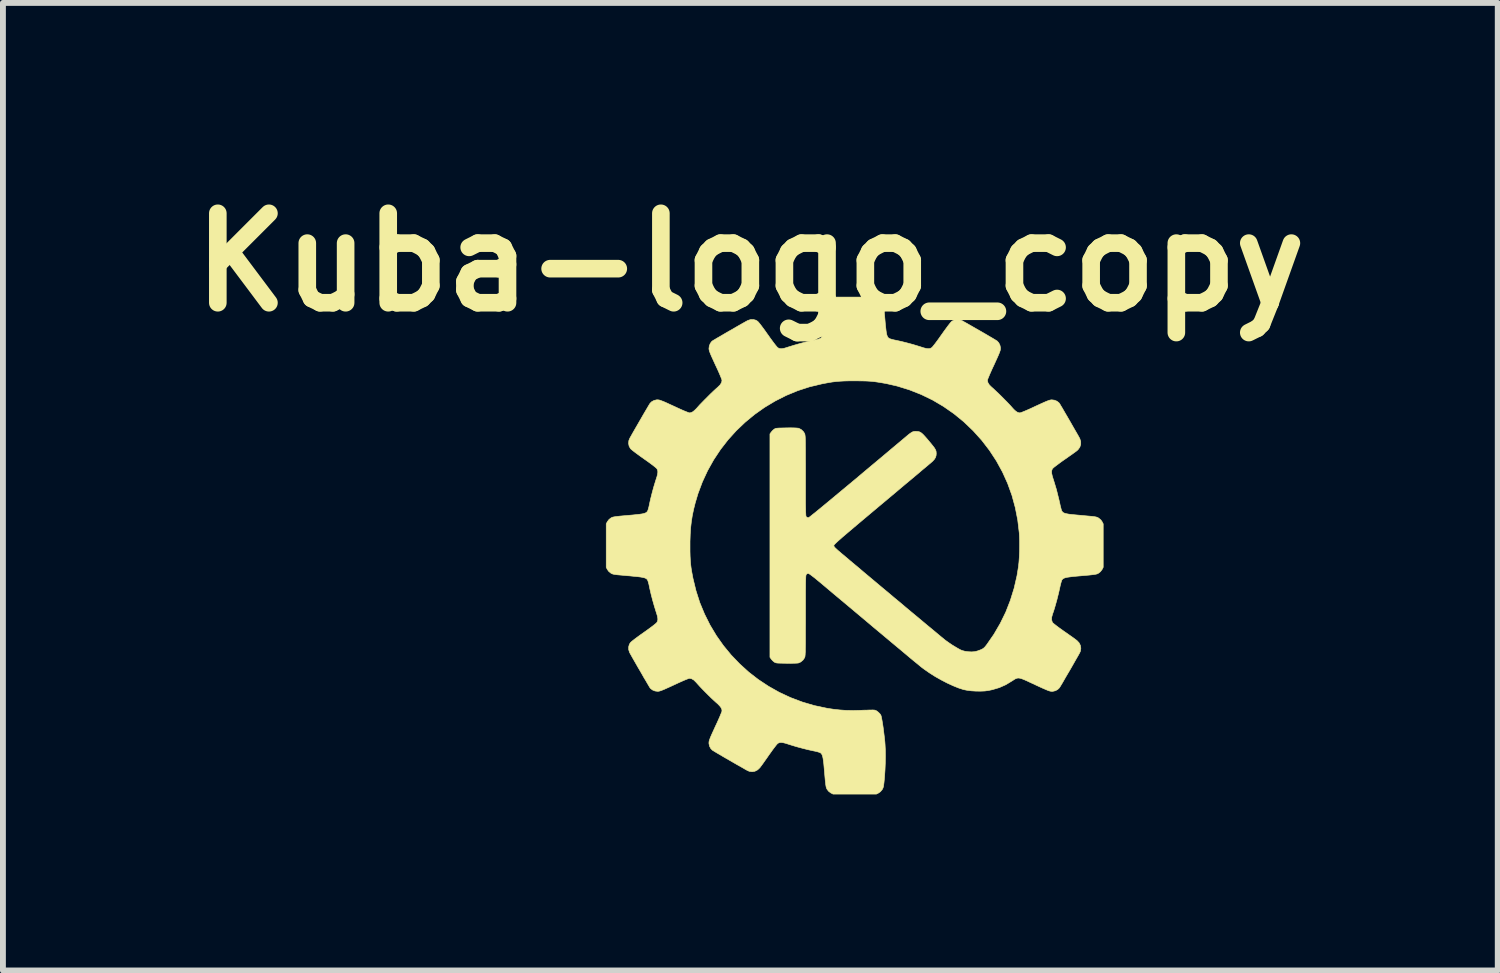
<source format=kicad_pcb>
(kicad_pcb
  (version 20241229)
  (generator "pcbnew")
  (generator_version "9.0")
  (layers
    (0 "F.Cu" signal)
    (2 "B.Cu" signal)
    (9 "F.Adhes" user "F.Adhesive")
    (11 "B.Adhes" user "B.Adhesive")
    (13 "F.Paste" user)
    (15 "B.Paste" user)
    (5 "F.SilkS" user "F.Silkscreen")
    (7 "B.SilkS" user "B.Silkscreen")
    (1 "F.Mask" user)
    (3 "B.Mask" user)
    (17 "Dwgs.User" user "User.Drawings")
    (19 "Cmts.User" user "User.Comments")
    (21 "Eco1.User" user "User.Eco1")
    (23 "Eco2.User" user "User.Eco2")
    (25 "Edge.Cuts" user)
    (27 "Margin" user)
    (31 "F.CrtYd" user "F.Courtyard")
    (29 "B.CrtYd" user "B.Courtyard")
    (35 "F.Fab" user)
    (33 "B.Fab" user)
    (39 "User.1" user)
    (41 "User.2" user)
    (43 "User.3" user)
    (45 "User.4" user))
  (footprint "Kuba-logo_copy"
    (layer "F.Cu")
    (at 11.51 6.244)
    (property "Reference" "Kuba-logo_copy" (at -1.778 -4.826 0) (layer "F.SilkS") (effects (font (size 1.524 1.524) (thickness 0.3))))
    (attr through_hole)
    (fp_poly (pts (xy 0.407 -4.214) (xy 0.445 -4.185) (xy 0.468 -4.156) (xy 0.475 -4.144) (xy 0.481 -4.133) (xy 0.485 -4.119) (xy 0.489 -4.101) (xy 0.493 -4.076) (xy 0.497 -4.043) (xy 0.502 -4) (xy 0.507 -3.944) (xy 0.513 -3.874) (xy 0.514 -3.864) (xy 0.521 -3.783) (xy 0.528 -3.716) (xy 0.534 -3.663) (xy 0.54 -3.621) (xy 0.547 -3.59) (xy 0.555 -3.567) (xy 0.564 -3.55) (xy 0.575 -3.538) (xy 0.587 -3.529) (xy 0.591 -3.527) (xy 0.61 -3.52) (xy 0.64 -3.511) (xy 0.678 -3.502) (xy 0.704 -3.497) (xy 0.795 -3.477) (xy 0.894 -3.452) (xy 0.994 -3.425) (xy 1.086 -3.397) (xy 1.118 -3.387) (xy 1.174 -3.369) (xy 1.218 -3.358) (xy 1.251 -3.354) (xy 1.278 -3.356) (xy 1.301 -3.365) (xy 1.312 -3.372) (xy 1.324 -3.384) (xy 1.343 -3.407) (xy 1.37 -3.441) (xy 1.402 -3.484) (xy 1.437 -3.532) (xy 1.474 -3.585) (xy 1.48 -3.593) (xy 1.518 -3.647) (xy 1.554 -3.696) (xy 1.587 -3.741) (xy 1.615 -3.777) (xy 1.638 -3.805) (xy 1.652 -3.82) (xy 1.654 -3.821) (xy 1.693 -3.843) (xy 1.74 -3.852) (xy 1.787 -3.848) (xy 1.821 -3.835) (xy 1.839 -3.826) (xy 1.868 -3.809) (xy 1.908 -3.787) (xy 1.955 -3.76) (xy 2.009 -3.729) (xy 2.066 -3.696) (xy 2.126 -3.662) (xy 2.185 -3.628) (xy 2.242 -3.595) (xy 2.294 -3.564) (xy 2.341 -3.537) (xy 2.379 -3.514) (xy 2.407 -3.497) (xy 2.422 -3.487) (xy 2.424 -3.487) (xy 2.452 -3.457) (xy 2.473 -3.417) (xy 2.483 -3.372) (xy 2.483 -3.357) (xy 2.482 -3.343) (xy 2.479 -3.326) (xy 2.472 -3.305) (xy 2.462 -3.278) (xy 2.447 -3.242) (xy 2.427 -3.197) (xy 2.401 -3.14) (xy 2.372 -3.076) (xy 2.344 -3.017) (xy 2.319 -2.961) (xy 2.297 -2.911) (xy 2.28 -2.869) (xy 2.267 -2.838) (xy 2.261 -2.819) (xy 2.261 -2.815) (xy 2.269 -2.776) (xy 2.294 -2.736) (xy 2.331 -2.7) (xy 2.363 -2.672) (xy 2.403 -2.634) (xy 2.45 -2.59) (xy 2.499 -2.542) (xy 2.548 -2.492) (xy 2.595 -2.445) (xy 2.636 -2.402) (xy 2.669 -2.366) (xy 2.672 -2.362) (xy 2.711 -2.319) (xy 2.744 -2.289) (xy 2.772 -2.271) (xy 2.799 -2.262) (xy 2.815 -2.261) (xy 2.828 -2.264) (xy 2.855 -2.274) (xy 2.892 -2.289) (xy 2.939 -2.309) (xy 2.993 -2.333) (xy 3.051 -2.36) (xy 3.076 -2.372) (xy 3.146 -2.404) (xy 3.201 -2.429) (xy 3.246 -2.449) (xy 3.28 -2.463) (xy 3.307 -2.473) (xy 3.328 -2.479) (xy 3.344 -2.482) (xy 3.357 -2.483) (xy 3.402 -2.477) (xy 3.444 -2.46) (xy 3.478 -2.434) (xy 3.486 -2.424) (xy 3.495 -2.411) (xy 3.51 -2.385) (xy 3.532 -2.349) (xy 3.558 -2.304) (xy 3.588 -2.252) (xy 3.621 -2.196) (xy 3.655 -2.137) (xy 3.689 -2.078) (xy 3.722 -2.02) (xy 3.753 -1.966) (xy 3.781 -1.918) (xy 3.805 -1.876) (xy 3.822 -1.845) (xy 3.833 -1.825) (xy 3.834 -1.823) (xy 3.85 -1.774) (xy 3.85 -1.725) (xy 3.835 -1.677) (xy 3.804 -1.634) (xy 3.783 -1.615) (xy 3.766 -1.602) (xy 3.737 -1.581) (xy 3.7 -1.554) (xy 3.655 -1.523) (xy 3.606 -1.488) (xy 3.565 -1.46) (xy 3.51 -1.421) (xy 3.462 -1.385) (xy 3.422 -1.355) (xy 3.391 -1.331) (xy 3.373 -1.314) (xy 3.368 -1.308) (xy 3.358 -1.286) (xy 3.354 -1.26) (xy 3.356 -1.228) (xy 3.365 -1.187) (xy 3.381 -1.134) (xy 3.386 -1.12) (xy 3.436 -0.955) (xy 3.479 -0.782) (xy 3.493 -0.721) (xy 3.502 -0.678) (xy 3.512 -0.64) (xy 3.52 -0.609) (xy 3.527 -0.591) (xy 3.527 -0.591) (xy 3.536 -0.578) (xy 3.547 -0.566) (xy 3.562 -0.557) (xy 3.583 -0.549) (xy 3.612 -0.542) (xy 3.651 -0.535) (xy 3.701 -0.529) (xy 3.764 -0.523) (xy 3.842 -0.516) (xy 3.864 -0.514) (xy 3.937 -0.507) (xy 3.994 -0.502) (xy 4.039 -0.498) (xy 4.073 -0.494) (xy 4.098 -0.49) (xy 4.117 -0.486) (xy 4.131 -0.481) (xy 4.143 -0.476) (xy 4.154 -0.469) (xy 4.156 -0.468) (xy 4.193 -0.437) (xy 4.214 -0.407) (xy 4.233 -0.37) (xy 4.233 0.37) (xy 4.214 0.407) (xy 4.185 0.445) (xy 4.156 0.468) (xy 4.144 0.475) (xy 4.133 0.481) (xy 4.119 0.485) (xy 4.101 0.489) (xy 4.076 0.493) (xy 4.043 0.497) (xy 4 0.502) (xy 3.944 0.507) (xy 3.874 0.513) (xy 3.864 0.514) (xy 3.783 0.521) (xy 3.716 0.527) (xy 3.663 0.534) (xy 3.621 0.54) (xy 3.59 0.547) (xy 3.567 0.555) (xy 3.55 0.564) (xy 3.538 0.575) (xy 3.529 0.587) (xy 3.527 0.591) (xy 3.521 0.609) (xy 3.512 0.639) (xy 3.502 0.678) (xy 3.492 0.723) (xy 3.488 0.742) (xy 3.475 0.8) (xy 3.459 0.864) (xy 3.442 0.932) (xy 3.423 0.999) (xy 3.405 1.062) (xy 3.388 1.116) (xy 3.373 1.159) (xy 3.37 1.168) (xy 3.356 1.218) (xy 3.354 1.264) (xy 3.365 1.302) (xy 3.368 1.308) (xy 3.38 1.321) (xy 3.404 1.341) (xy 3.44 1.369) (xy 3.484 1.402) (xy 3.536 1.439) (xy 3.565 1.46) (xy 3.616 1.495) (xy 3.665 1.53) (xy 3.708 1.56) (xy 3.744 1.586) (xy 3.77 1.606) (xy 3.783 1.615) (xy 3.821 1.655) (xy 3.844 1.7) (xy 3.852 1.749) (xy 3.845 1.798) (xy 3.834 1.823) (xy 3.825 1.84) (xy 3.809 1.869) (xy 3.786 1.909) (xy 3.759 1.956) (xy 3.729 2.009) (xy 3.696 2.067) (xy 3.662 2.126) (xy 3.627 2.185) (xy 3.594 2.241) (xy 3.564 2.294) (xy 3.537 2.341) (xy 3.514 2.379) (xy 3.497 2.407) (xy 3.487 2.422) (xy 3.486 2.424) (xy 3.457 2.452) (xy 3.417 2.473) (xy 3.373 2.483) (xy 3.357 2.483) (xy 3.343 2.482) (xy 3.327 2.479) (xy 3.306 2.473) (xy 3.28 2.463) (xy 3.245 2.448) (xy 3.201 2.429) (xy 3.146 2.404) (xy 3.077 2.372) (xy 3.066 2.366) (xy 2.993 2.333) (xy 2.934 2.305) (xy 2.886 2.284) (xy 2.848 2.269) (xy 2.817 2.26) (xy 2.792 2.256) (xy 2.77 2.258) (xy 2.75 2.264) (xy 2.729 2.274) (xy 2.706 2.289) (xy 2.681 2.305) (xy 2.574 2.37) (xy 2.464 2.419) (xy 2.347 2.454) (xy 2.282 2.468) (xy 2.217 2.477) (xy 2.142 2.48) (xy 2.062 2.479) (xy 1.982 2.474) (xy 1.909 2.464) (xy 1.854 2.453) (xy 1.77 2.426) (xy 1.676 2.388) (xy 1.576 2.342) (xy 1.474 2.289) (xy 1.371 2.231) (xy 1.272 2.168) (xy 1.179 2.103) (xy 1.152 2.083) (xy 1.134 2.069) (xy 1.105 2.045) (xy 1.065 2.012) (xy 1.012 1.969) (xy 0.948 1.916) (xy 0.873 1.853) (xy 0.785 1.779) (xy 0.685 1.696) (xy 0.574 1.603) (xy 0.45 1.499) (xy 0.313 1.385) (xy 0.165 1.26) (xy 0.004 1.125) (xy -0.17 0.979) (xy -0.357 0.823) (xy -0.556 0.655) (xy -0.557 0.654) (xy -0.626 0.597) (xy -0.683 0.55) (xy -0.729 0.515) (xy -0.762 0.49) (xy -0.784 0.477) (xy -0.791 0.474) (xy -0.812 0.48) (xy -0.824 0.49) (xy -0.827 0.494) (xy -0.829 0.5) (xy -0.831 0.51) (xy -0.833 0.525) (xy -0.834 0.545) (xy -0.835 0.572) (xy -0.836 0.608) (xy -0.837 0.652) (xy -0.837 0.707) (xy -0.838 0.773) (xy -0.838 0.851) (xy -0.838 0.943) (xy -0.838 1.049) (xy -0.838 1.171) (xy -0.838 1.19) (xy -0.838 1.314) (xy -0.839 1.423) (xy -0.839 1.516) (xy -0.839 1.596) (xy -0.839 1.664) (xy -0.84 1.721) (xy -0.841 1.767) (xy -0.841 1.805) (xy -0.843 1.834) (xy -0.844 1.857) (xy -0.846 1.875) (xy -0.847 1.888) (xy -0.85 1.898) (xy -0.852 1.905) (xy -0.854 1.91) (xy -0.881 1.95) (xy -0.919 1.982) (xy -0.955 1.999) (xy -0.976 2.002) (xy -1.013 2.004) (xy -1.064 2.005) (xy -1.128 2.006) (xy -1.165 2.005) (xy -1.224 2.004) (xy -1.269 2.003) (xy -1.303 2.002) (xy -1.326 2) (xy -1.343 1.997) (xy -1.355 1.992) (xy -1.366 1.987) (xy -1.373 1.982) (xy -1.398 1.961) (xy -1.421 1.935) (xy -1.423 1.932) (xy -1.444 1.902) (xy -1.444 -1.902) (xy -1.423 -1.932) (xy -1.402 -1.957) (xy -1.376 -1.98) (xy -1.373 -1.982) (xy -1.362 -1.989) (xy -1.352 -1.994) (xy -1.338 -1.998) (xy -1.319 -2) (xy -1.292 -2.002) (xy -1.256 -2.003) (xy -1.206 -2.004) (xy -1.165 -2.005) (xy -1.095 -2.006) (xy -1.038 -2.005) (xy -0.993 -2.003) (xy -0.964 -2) (xy -0.955 -1.999) (xy -0.912 -1.977) (xy -0.876 -1.944) (xy -0.854 -1.91) (xy -0.851 -1.903) (xy -0.849 -1.894) (xy -0.847 -1.884) (xy -0.845 -1.869) (xy -0.843 -1.85) (xy -0.842 -1.825) (xy -0.841 -1.793) (xy -0.84 -1.752) (xy -0.84 -1.702) (xy -0.839 -1.642) (xy -0.839 -1.57) (xy -0.839 -1.486) (xy -0.838 -1.387) (xy -0.838 -1.273) (xy -0.838 -1.189) (xy -0.838 -1.065) (xy -0.838 -0.957) (xy -0.838 -0.863) (xy -0.838 -0.783) (xy -0.838 -0.716) (xy -0.837 -0.66) (xy -0.836 -0.614) (xy -0.836 -0.578) (xy -0.834 -0.55) (xy -0.833 -0.528) (xy -0.832 -0.513) (xy -0.83 -0.502) (xy -0.828 -0.495) (xy -0.825 -0.491) (xy -0.823 -0.488) (xy -0.803 -0.477) (xy -0.79 -0.474) (xy -0.783 -0.478) (xy -0.768 -0.488) (xy -0.745 -0.506) (xy -0.713 -0.532) (xy -0.671 -0.565) (xy -0.621 -0.606) (xy -0.56 -0.656) (xy -0.49 -0.714) (xy -0.41 -0.78) (xy -0.319 -0.856) (xy -0.218 -0.94) (xy -0.105 -1.034) (xy 0.019 -1.137) (xy 0.154 -1.251) (xy 0.301 -1.374) (xy 0.46 -1.507) (xy 0.631 -1.651) (xy 0.815 -1.805) (xy 0.887 -1.866) (xy 0.927 -1.899) (xy 0.958 -1.921) (xy 0.983 -1.936) (xy 1.006 -1.943) (xy 1.03 -1.946) (xy 1.055 -1.945) (xy 1.079 -1.943) (xy 1.101 -1.938) (xy 1.121 -1.929) (xy 1.142 -1.914) (xy 1.166 -1.892) (xy 1.195 -1.861) (xy 1.232 -1.819) (xy 1.262 -1.783) (xy 1.303 -1.734) (xy 1.334 -1.695) (xy 1.357 -1.665) (xy 1.372 -1.64) (xy 1.382 -1.619) (xy 1.387 -1.6) (xy 1.388 -1.579) (xy 1.389 -1.568) (xy 1.386 -1.533) (xy 1.376 -1.501) (xy 1.357 -1.47) (xy 1.327 -1.437) (xy 1.286 -1.401) (xy 1.27 -1.388) (xy 1.242 -1.364) (xy 1.204 -1.332) (xy 1.154 -1.291) (xy 1.096 -1.241) (xy 1.029 -1.185) (xy 0.954 -1.122) (xy 0.872 -1.054) (xy 0.785 -0.981) (xy 0.693 -0.903) (xy 0.596 -0.822) (xy 0.496 -0.738) (xy 0.43 -0.683) (xy 0.311 -0.583) (xy 0.205 -0.494) (xy 0.111 -0.415) (xy 0.028 -0.345) (xy -0.045 -0.283) (xy -0.109 -0.229) (xy -0.163 -0.183) (xy -0.209 -0.144) (xy -0.247 -0.11) (xy -0.278 -0.083) (xy -0.303 -0.06) (xy -0.322 -0.042) (xy -0.336 -0.028) (xy -0.346 -0.017) (xy -0.352 -0.009) (xy -0.355 -0.004) (xy -0.356 -0.000298) (xy -0.354 0.01) (xy -0.348 0.021) (xy -0.335 0.036) (xy -0.315 0.055) (xy -0.286 0.082) (xy -0.245 0.116) (xy -0.231 0.129) (xy -0.141 0.204) (xy -0.047 0.284) (xy 0.052 0.366) (xy 0.153 0.452) (xy 0.257 0.539) (xy 0.362 0.627) (xy 0.468 0.716) (xy 0.574 0.804) (xy 0.678 0.892) (xy 0.781 0.977) (xy 0.88 1.061) (xy 0.976 1.141) (xy 1.068 1.217) (xy 1.154 1.289) (xy 1.234 1.356) (xy 1.307 1.416) (xy 1.372 1.47) (xy 1.428 1.517) (xy 1.475 1.556) (xy 1.511 1.585) (xy 1.536 1.606) (xy 1.549 1.616) (xy 1.601 1.653) (xy 1.655 1.69) (xy 1.709 1.723) (xy 1.758 1.752) (xy 1.8 1.775) (xy 1.828 1.787) (xy 1.876 1.8) (xy 1.933 1.808) (xy 1.991 1.811) (xy 2.044 1.807) (xy 2.057 1.804) (xy 2.091 1.795) (xy 2.13 1.781) (xy 2.153 1.772) (xy 2.179 1.759) (xy 2.201 1.743) (xy 2.222 1.722) (xy 2.247 1.69) (xy 2.251 1.685) (xy 2.372 1.51) (xy 2.479 1.326) (xy 2.573 1.134) (xy 2.651 0.934) (xy 2.715 0.728) (xy 2.764 0.516) (xy 2.79 0.356) (xy 2.798 0.282) (xy 2.804 0.196) (xy 2.808 0.103) (xy 2.809 0.008) (xy 2.809 -0.085) (xy 2.806 -0.169) (xy 2.803 -0.216) (xy 2.777 -0.435) (xy 2.735 -0.648) (xy 2.678 -0.857) (xy 2.605 -1.059) (xy 2.517 -1.254) (xy 2.414 -1.442) (xy 2.296 -1.622) (xy 2.164 -1.794) (xy 2.018 -1.956) (xy 2.016 -1.958) (xy 1.857 -2.11) (xy 1.688 -2.248) (xy 1.511 -2.371) (xy 1.326 -2.48) (xy 1.132 -2.574) (xy 0.932 -2.653) (xy 0.725 -2.717) (xy 0.538 -2.76) (xy 0.463 -2.773) (xy 0.396 -2.784) (xy 0.334 -2.793) (xy 0.272 -2.799) (xy 0.208 -2.803) (xy 0.136 -2.805) (xy 0.054 -2.806) (xy -0.008 -2.806) (xy -0.101 -2.806) (xy -0.18 -2.804) (xy -0.251 -2.8) (xy -0.316 -2.795) (xy -0.381 -2.787) (xy -0.448 -2.776) (xy -0.523 -2.762) (xy -0.559 -2.755) (xy -0.768 -2.705) (xy -0.971 -2.639) (xy -1.167 -2.558) (xy -1.355 -2.463) (xy -1.535 -2.355) (xy -1.706 -2.234) (xy -1.867 -2.101) (xy -2.018 -1.957) (xy -2.158 -1.802) (xy -2.287 -1.636) (xy -2.403 -1.461) (xy -2.506 -1.277) (xy -2.595 -1.085) (xy -2.67 -0.885) (xy -2.717 -0.727) (xy -2.745 -0.615) (xy -2.767 -0.51) (xy -2.783 -0.407) (xy -2.795 -0.303) (xy -2.802 -0.192) (xy -2.806 -0.072) (xy -2.806 0.008) (xy -2.806 0.101) (xy -2.804 0.18) (xy -2.8 0.251) (xy -2.795 0.316) (xy -2.787 0.381) (xy -2.776 0.448) (xy -2.762 0.523) (xy -2.755 0.559) (xy -2.704 0.769) (xy -2.639 0.972) (xy -2.558 1.167) (xy -2.464 1.355) (xy -2.356 1.535) (xy -2.236 1.705) (xy -2.104 1.865) (xy -1.96 2.015) (xy -1.806 2.155) (xy -1.642 2.282) (xy -1.468 2.397) (xy -1.285 2.5) (xy -1.094 2.589) (xy -0.896 2.664) (xy -0.69 2.725) (xy -0.478 2.77) (xy -0.462 2.773) (xy -0.355 2.789) (xy -0.254 2.8) (xy -0.155 2.807) (xy -0.051 2.809) (xy 0.062 2.808) (xy 0.085 2.807) (xy 0.154 2.804) (xy 0.209 2.803) (xy 0.251 2.801) (xy 0.282 2.801) (xy 0.304 2.8) (xy 0.319 2.801) (xy 0.33 2.801) (xy 0.338 2.803) (xy 0.345 2.804) (xy 0.349 2.805) (xy 0.375 2.817) (xy 0.403 2.839) (xy 0.429 2.865) (xy 0.445 2.888) (xy 0.451 2.906) (xy 0.458 2.938) (xy 0.466 2.982) (xy 0.475 3.035) (xy 0.484 3.095) (xy 0.492 3.158) (xy 0.5 3.223) (xy 0.508 3.288) (xy 0.514 3.348) (xy 0.517 3.391) (xy 0.522 3.485) (xy 0.523 3.59) (xy 0.521 3.705) (xy 0.516 3.822) (xy 0.508 3.94) (xy 0.504 3.983) (xy 0.499 4.035) (xy 0.494 4.074) (xy 0.49 4.102) (xy 0.484 4.123) (xy 0.477 4.14) (xy 0.468 4.156) (xy 0.468 4.156) (xy 0.437 4.193) (xy 0.407 4.214) (xy 0.37 4.233) (xy -0.37 4.233) (xy -0.407 4.214) (xy -0.445 4.185) (xy -0.468 4.156) (xy -0.475 4.144) (xy -0.48 4.133) (xy -0.485 4.119) (xy -0.489 4.101) (xy -0.493 4.076) (xy -0.497 4.043) (xy -0.502 4) (xy -0.507 3.944) (xy -0.513 3.874) (xy -0.514 3.864) (xy -0.521 3.783) (xy -0.527 3.716) (xy -0.534 3.663) (xy -0.54 3.621) (xy -0.547 3.59) (xy -0.555 3.567) (xy -0.564 3.55) (xy -0.574 3.538) (xy -0.587 3.529) (xy -0.591 3.527) (xy -0.61 3.52) (xy -0.64 3.511) (xy -0.678 3.502) (xy -0.704 3.497) (xy -0.795 3.477) (xy -0.894 3.452) (xy -0.994 3.425) (xy -1.086 3.397) (xy -1.118 3.387) (xy -1.174 3.369) (xy -1.218 3.358) (xy -1.252 3.354) (xy -1.279 3.356) (xy -1.302 3.365) (xy -1.308 3.368) (xy -1.321 3.38) (xy -1.341 3.404) (xy -1.369 3.44) (xy -1.402 3.484) (xy -1.439 3.536) (xy -1.46 3.565) (xy -1.495 3.616) (xy -1.53 3.665) (xy -1.56 3.708) (xy -1.586 3.744) (xy -1.606 3.77) (xy -1.615 3.783) (xy -1.655 3.821) (xy -1.7 3.844) (xy -1.748 3.852) (xy -1.797 3.845) (xy -1.822 3.834) (xy -1.84 3.825) (xy -1.869 3.809) (xy -1.908 3.786) (xy -1.955 3.759) (xy -2.009 3.729) (xy -2.066 3.696) (xy -2.125 3.662) (xy -2.184 3.628) (xy -2.241 3.595) (xy -2.293 3.564) (xy -2.34 3.537) (xy -2.378 3.514) (xy -2.406 3.497) (xy -2.422 3.487) (xy -2.424 3.486) (xy -2.452 3.457) (xy -2.473 3.418) (xy -2.483 3.373) (xy -2.483 3.357) (xy -2.482 3.343) (xy -2.479 3.326) (xy -2.472 3.305) (xy -2.462 3.278) (xy -2.447 3.242) (xy -2.427 3.197) (xy -2.401 3.14) (xy -2.372 3.076) (xy -2.344 3.017) (xy -2.319 2.961) (xy -2.297 2.911) (xy -2.28 2.869) (xy -2.267 2.838) (xy -2.261 2.819) (xy -2.261 2.815) (xy -2.264 2.789) (xy -2.277 2.761) (xy -2.3 2.731) (xy -2.335 2.695) (xy -2.365 2.669) (xy -2.401 2.636) (xy -2.445 2.595) (xy -2.493 2.548) (xy -2.543 2.498) (xy -2.592 2.448) (xy -2.637 2.401) (xy -2.675 2.359) (xy -2.7 2.331) (xy -2.74 2.291) (xy -2.779 2.268) (xy -2.815 2.261) (xy -2.828 2.264) (xy -2.854 2.274) (xy -2.892 2.289) (xy -2.938 2.309) (xy -2.992 2.333) (xy -3.05 2.36) (xy -3.076 2.372) (xy -3.145 2.404) (xy -3.201 2.429) (xy -3.245 2.449) (xy -3.28 2.463) (xy -3.307 2.473) (xy -3.327 2.479) (xy -3.344 2.482) (xy -3.357 2.483) (xy -3.402 2.477) (xy -3.444 2.46) (xy -3.478 2.434) (xy -3.486 2.424) (xy -3.495 2.411) (xy -3.51 2.385) (xy -3.532 2.348) (xy -3.558 2.303) (xy -3.589 2.252) (xy -3.621 2.195) (xy -3.655 2.136) (xy -3.69 2.077) (xy -3.723 2.019) (xy -3.754 1.965) (xy -3.782 1.916) (xy -3.805 1.875) (xy -3.823 1.843) (xy -3.834 1.823) (xy -3.835 1.821) (xy -3.85 1.775) (xy -3.851 1.727) (xy -3.839 1.682) (xy -3.821 1.654) (xy -3.808 1.641) (xy -3.783 1.62) (xy -3.747 1.592) (xy -3.704 1.56) (xy -3.655 1.524) (xy -3.602 1.487) (xy -3.593 1.48) (xy -3.54 1.443) (xy -3.491 1.407) (xy -3.448 1.375) (xy -3.412 1.347) (xy -3.387 1.326) (xy -3.373 1.313) (xy -3.372 1.312) (xy -3.36 1.29) (xy -3.354 1.266) (xy -3.355 1.236) (xy -3.362 1.198) (xy -3.377 1.149) (xy -3.387 1.118) (xy -3.414 1.03) (xy -3.442 0.932) (xy -3.468 0.832) (xy -3.49 0.737) (xy -3.497 0.704) (xy -3.505 0.664) (xy -3.515 0.628) (xy -3.523 0.601) (xy -3.527 0.591) (xy -3.536 0.577) (xy -3.547 0.566) (xy -3.562 0.557) (xy -3.583 0.549) (xy -3.613 0.542) (xy -3.652 0.535) (xy -3.702 0.529) (xy -3.765 0.523) (xy -3.843 0.515) (xy -3.864 0.514) (xy -3.937 0.507) (xy -3.994 0.502) (xy -4.039 0.498) (xy -4.073 0.494) (xy -4.098 0.49) (xy -4.117 0.486) (xy -4.131 0.481) (xy -4.143 0.476) (xy -4.154 0.469) (xy -4.156 0.468) (xy -4.193 0.437) (xy -4.214 0.407) (xy -4.233 0.37) (xy -4.233 -0.37) (xy -4.214 -0.407) (xy -4.185 -0.445) (xy -4.156 -0.468) (xy -4.144 -0.475) (xy -4.133 -0.481) (xy -4.119 -0.485) (xy -4.101 -0.489) (xy -4.076 -0.493) (xy -4.043 -0.497) (xy -4 -0.502) (xy -3.944 -0.507) (xy -3.874 -0.513) (xy -3.864 -0.514) (xy -3.783 -0.521) (xy -3.716 -0.528) (xy -3.663 -0.534) (xy -3.621 -0.54) (xy -3.59 -0.547) (xy -3.567 -0.555) (xy -3.55 -0.564) (xy -3.538 -0.575) (xy -3.529 -0.587) (xy -3.527 -0.591) (xy -3.52 -0.61) (xy -3.511 -0.64) (xy -3.502 -0.678) (xy -3.497 -0.704) (xy -3.477 -0.795) (xy -3.452 -0.894) (xy -3.425 -0.994) (xy -3.397 -1.086) (xy -3.387 -1.118) (xy -3.369 -1.174) (xy -3.358 -1.218) (xy -3.354 -1.251) (xy -3.356 -1.278) (xy -3.365 -1.301) (xy -3.372 -1.312) (xy -3.384 -1.324) (xy -3.407 -1.343) (xy -3.441 -1.37) (xy -3.484 -1.402) (xy -3.532 -1.437) (xy -3.585 -1.474) (xy -3.593 -1.48) (xy -3.647 -1.518) (xy -3.696 -1.554) (xy -3.741 -1.587) (xy -3.777 -1.615) (xy -3.805 -1.638) (xy -3.82 -1.652) (xy -3.821 -1.654) (xy -3.843 -1.693) (xy -3.852 -1.74) (xy -3.848 -1.787) (xy -3.835 -1.821) (xy -3.826 -1.839) (xy -3.809 -1.868) (xy -3.787 -1.908) (xy -3.76 -1.955) (xy -3.729 -2.009) (xy -3.696 -2.066) (xy -3.662 -2.125) (xy -3.628 -2.184) (xy -3.595 -2.241) (xy -3.564 -2.294) (xy -3.536 -2.341) (xy -3.514 -2.379) (xy -3.497 -2.407) (xy -3.487 -2.422) (xy -3.486 -2.424) (xy -3.457 -2.452) (xy -3.417 -2.473) (xy -3.373 -2.483) (xy -3.357 -2.483) (xy -3.343 -2.482) (xy -3.326 -2.479) (xy -3.305 -2.472) (xy -3.278 -2.462) (xy -3.243 -2.448) (xy -3.198 -2.428) (xy -3.142 -2.402) (xy -3.076 -2.372) (xy -3.016 -2.344) (xy -2.961 -2.319) (xy -2.911 -2.297) (xy -2.869 -2.28) (xy -2.838 -2.268) (xy -2.819 -2.261) (xy -2.815 -2.261) (xy -2.789 -2.264) (xy -2.762 -2.277) (xy -2.732 -2.3) (xy -2.697 -2.334) (xy -2.672 -2.362) (xy -2.641 -2.397) (xy -2.6 -2.439) (xy -2.554 -2.486) (xy -2.505 -2.535) (xy -2.456 -2.584) (xy -2.409 -2.629) (xy -2.368 -2.667) (xy -2.334 -2.697) (xy -2.331 -2.7) (xy -2.291 -2.74) (xy -2.267 -2.78) (xy -2.261 -2.815) (xy -2.264 -2.828) (xy -2.274 -2.855) (xy -2.289 -2.892) (xy -2.309 -2.939) (xy -2.333 -2.993) (xy -2.36 -3.051) (xy -2.372 -3.076) (xy -2.404 -3.146) (xy -2.429 -3.201) (xy -2.449 -3.246) (xy -2.463 -3.28) (xy -2.473 -3.307) (xy -2.479 -3.328) (xy -2.482 -3.344) (xy -2.483 -3.357) (xy -2.477 -3.402) (xy -2.46 -3.444) (xy -2.435 -3.478) (xy -2.424 -3.486) (xy -2.411 -3.495) (xy -2.385 -3.51) (xy -2.349 -3.532) (xy -2.303 -3.558) (xy -2.252 -3.588) (xy -2.196 -3.621) (xy -2.137 -3.655) (xy -2.077 -3.689) (xy -2.019 -3.723) (xy -1.965 -3.754) (xy -1.916 -3.782) (xy -1.875 -3.805) (xy -1.843 -3.823) (xy -1.823 -3.834) (xy -1.82 -3.835) (xy -1.775 -3.85) (xy -1.727 -3.851) (xy -1.682 -3.839) (xy -1.654 -3.821) (xy -1.641 -3.808) (xy -1.62 -3.783) (xy -1.592 -3.747) (xy -1.56 -3.704) (xy -1.524 -3.655) (xy -1.487 -3.602) (xy -1.48 -3.593) (xy -1.443 -3.54) (xy -1.407 -3.491) (xy -1.375 -3.448) (xy -1.347 -3.412) (xy -1.326 -3.387) (xy -1.313 -3.373) (xy -1.312 -3.372) (xy -1.29 -3.36) (xy -1.266 -3.354) (xy -1.236 -3.355) (xy -1.198 -3.362) (xy -1.149 -3.377) (xy -1.118 -3.387) (xy -1.03 -3.414) (xy -0.932 -3.442) (xy -0.832 -3.468) (xy -0.737 -3.49) (xy -0.704 -3.497) (xy -0.664 -3.505) (xy -0.628 -3.515) (xy -0.601 -3.523) (xy -0.591 -3.527) (xy -0.577 -3.536) (xy -0.566 -3.547) (xy -0.557 -3.562) (xy -0.549 -3.583) (xy -0.542 -3.613) (xy -0.535 -3.652) (xy -0.529 -3.702) (xy -0.523 -3.765) (xy -0.515 -3.843) (xy -0.514 -3.864) (xy -0.507 -3.937) (xy -0.502 -3.994) (xy -0.498 -4.039) (xy -0.494 -4.073) (xy -0.49 -4.098) (xy -0.486 -4.117) (xy -0.481 -4.131) (xy -0.476 -4.143) (xy -0.469 -4.154) (xy -0.468 -4.156) (xy -0.437 -4.193) (xy -0.407 -4.214) (xy -0.37 -4.233) (xy 0.37 -4.233) (xy 0.407 -4.214)) (stroke (width 0.01) (type solid)) (fill yes) (layer "F.SilkS")))
  (gr_rect
    (start -3 -3)
    (end 22.464 13.482)
    (stroke (width 0.1) (type default))
    (fill no)
    (layer "Edge.Cuts")))
</source>
